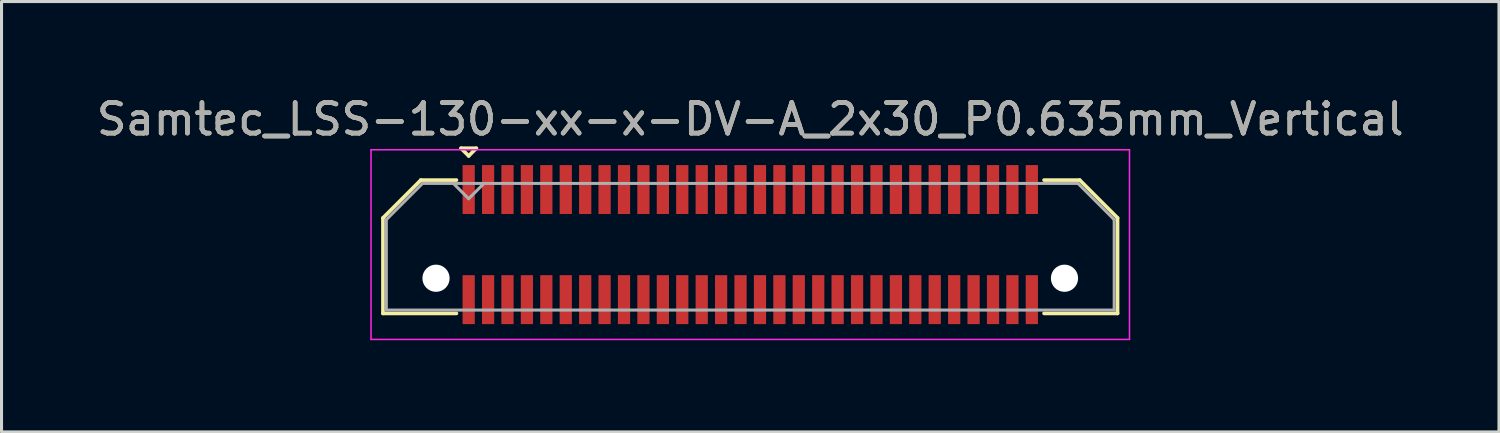
<source format=kicad_pcb>
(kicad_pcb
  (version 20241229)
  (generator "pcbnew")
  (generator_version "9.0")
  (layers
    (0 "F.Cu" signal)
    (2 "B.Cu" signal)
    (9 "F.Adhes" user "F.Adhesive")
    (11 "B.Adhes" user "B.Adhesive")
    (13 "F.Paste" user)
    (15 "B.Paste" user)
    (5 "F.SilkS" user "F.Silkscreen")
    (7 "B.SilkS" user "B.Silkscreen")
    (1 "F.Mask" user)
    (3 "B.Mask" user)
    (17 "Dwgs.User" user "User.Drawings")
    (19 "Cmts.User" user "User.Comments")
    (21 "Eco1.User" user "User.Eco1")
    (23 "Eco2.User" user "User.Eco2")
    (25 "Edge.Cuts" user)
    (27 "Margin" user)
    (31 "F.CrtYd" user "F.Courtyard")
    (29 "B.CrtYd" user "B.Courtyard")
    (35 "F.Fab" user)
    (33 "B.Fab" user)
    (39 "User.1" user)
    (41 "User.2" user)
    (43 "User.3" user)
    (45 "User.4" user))
  (footprint "Samtec_LSS-130-xx-x-DV-A_2x30_P0.635mm_Vertical"
    (layer "F.Cu")
    (at 21.482 4.948)
    (property "Reference" "Samtec_LSS-130-xx-x-DV-A_2x30_P0.635mm_Vertical" (at 0 -4.1 0) (layer "F.SilkS") (effects (font (size 1 1) (thickness 0.15))))
    (attr smd)
    (fp_line (start -12.01 -0.872) (end -12.01 2.25) (stroke (width 0.12) (type solid)) (layer "F.SilkS"))
    (fp_line (start -12.01 2.25) (end -9.607 2.25) (stroke (width 0.12) (type solid)) (layer "F.SilkS"))
    (fp_line (start -10.772 -2.11) (end -12.01 -0.872) (stroke (width 0.12) (type solid)) (layer "F.SilkS"))
    (fp_line (start -9.607 -2.11) (end -10.772 -2.11) (stroke (width 0.12) (type solid)) (layer "F.SilkS"))
    (fp_line (start -9.457 -3.15) (end -8.957 -3.15) (stroke (width 0.12) (type solid)) (layer "F.SilkS"))
    (fp_line (start -9.207 -2.9) (end -9.457 -3.15) (stroke (width 0.12) (type solid)) (layer "F.SilkS"))
    (fp_line (start -8.957 -3.15) (end -9.207 -2.9) (stroke (width 0.12) (type solid)) (layer "F.SilkS"))
    (fp_line (start 9.607 -2.11) (end 10.772 -2.11) (stroke (width 0.12) (type solid)) (layer "F.SilkS"))
    (fp_line (start 10.772 -2.11) (end 12.01 -0.872) (stroke (width 0.12) (type solid)) (layer "F.SilkS"))
    (fp_line (start 12.01 -0.872) (end 12.01 2.25) (stroke (width 0.12) (type solid)) (layer "F.SilkS"))
    (fp_line (start 12.01 2.25) (end 9.607 2.25) (stroke (width 0.12) (type solid)) (layer "F.SilkS"))
    (fp_line (start -12.4 -3.1) (end -12.4 3.1) (stroke (width 0.05) (type solid)) (layer "F.CrtYd"))
    (fp_line (start -12.4 3.1) (end 12.4 3.1) (stroke (width 0.05) (type solid)) (layer "F.CrtYd"))
    (fp_line (start 12.4 -3.1) (end -12.4 -3.1) (stroke (width 0.05) (type solid)) (layer "F.CrtYd"))
    (fp_line (start 12.4 3.1) (end 12.4 -3.1) (stroke (width 0.05) (type solid)) (layer "F.CrtYd"))
    (fp_line (start -11.9 -0.817) (end -11.9 2.14) (stroke (width 0.1) (type solid)) (layer "F.Fab"))
    (fp_line (start -11.9 2.14) (end 11.9 2.14) (stroke (width 0.1) (type solid)) (layer "F.Fab"))
    (fp_line (start -10.717 -2) (end -11.9 -0.817) (stroke (width 0.1) (type solid)) (layer "F.Fab"))
    (fp_line (start -9.207 -1.5) (end -9.707 -2) (stroke (width 0.1) (type solid)) (layer "F.Fab"))
    (fp_line (start -8.707 -2) (end -9.207 -1.5) (stroke (width 0.1) (type solid)) (layer "F.Fab"))
    (fp_line (start 10.717 -2) (end -10.717 -2) (stroke (width 0.1) (type solid)) (layer "F.Fab"))
    (fp_line (start 11.9 -0.817) (end 10.717 -2) (stroke (width 0.1) (type solid)) (layer "F.Fab"))
    (fp_line (start 11.9 2.14) (end 11.9 -0.817) (stroke (width 0.1) (type solid)) (layer "F.Fab"))
    (fp_text user "${REFERENCE}" (at 0 -4.1 0) (layer "F.Fab") (effects (font (size 1 1) (thickness 0.15))))
    (pad "" np_thru_hole circle (at -10.275 1.1) (size 0.89 0.89) (drill 0.89) (layers "*.Cu" "*.Mask"))
    (pad "" np_thru_hole circle (at 10.275 1.1) (size 0.89 0.89) (drill 0.89) (layers "*.Cu" "*.Mask"))
    (pad "1" smd rect (at -9.207 -1.8) (size 0.4 1.6) (layers "F.Cu" "F.Mask" "F.Paste"))
    (pad "2" smd rect (at -9.207 1.8) (size 0.4 1.6) (layers "F.Cu" "F.Mask" "F.Paste"))
    (pad "3" smd rect (at -8.572 -1.8) (size 0.4 1.6) (layers "F.Cu" "F.Mask" "F.Paste"))
    (pad "4" smd rect (at -8.572 1.8) (size 0.4 1.6) (layers "F.Cu" "F.Mask" "F.Paste"))
    (pad "5" smd rect (at -7.938 -1.8) (size 0.4 1.6) (layers "F.Cu" "F.Mask" "F.Paste"))
    (pad "6" smd rect (at -7.938 1.8) (size 0.4 1.6) (layers "F.Cu" "F.Mask" "F.Paste"))
    (pad "7" smd rect (at -7.303 -1.8) (size 0.4 1.6) (layers "F.Cu" "F.Mask" "F.Paste"))
    (pad "8" smd rect (at -7.303 1.8) (size 0.4 1.6) (layers "F.Cu" "F.Mask" "F.Paste"))
    (pad "9" smd rect (at -6.668 -1.8) (size 0.4 1.6) (layers "F.Cu" "F.Mask" "F.Paste"))
    (pad "10" smd rect (at -6.668 1.8) (size 0.4 1.6) (layers "F.Cu" "F.Mask" "F.Paste"))
    (pad "11" smd rect (at -6.032 -1.8) (size 0.4 1.6) (layers "F.Cu" "F.Mask" "F.Paste"))
    (pad "12" smd rect (at -6.032 1.8) (size 0.4 1.6) (layers "F.Cu" "F.Mask" "F.Paste"))
    (pad "13" smd rect (at -5.397 -1.8) (size 0.4 1.6) (layers "F.Cu" "F.Mask" "F.Paste"))
    (pad "14" smd rect (at -5.397 1.8) (size 0.4 1.6) (layers "F.Cu" "F.Mask" "F.Paste"))
    (pad "15" smd rect (at -4.763 -1.8) (size 0.4 1.6) (layers "F.Cu" "F.Mask" "F.Paste"))
    (pad "16" smd rect (at -4.763 1.8) (size 0.4 1.6) (layers "F.Cu" "F.Mask" "F.Paste"))
    (pad "17" smd rect (at -4.128 -1.8) (size 0.4 1.6) (layers "F.Cu" "F.Mask" "F.Paste"))
    (pad "18" smd rect (at -4.128 1.8) (size 0.4 1.6) (layers "F.Cu" "F.Mask" "F.Paste"))
    (pad "19" smd rect (at -3.493 -1.8) (size 0.4 1.6) (layers "F.Cu" "F.Mask" "F.Paste"))
    (pad "20" smd rect (at -3.493 1.8) (size 0.4 1.6) (layers "F.Cu" "F.Mask" "F.Paste"))
    (pad "21" smd rect (at -2.857 -1.8) (size 0.4 1.6) (layers "F.Cu" "F.Mask" "F.Paste"))
    (pad "22" smd rect (at -2.857 1.8) (size 0.4 1.6) (layers "F.Cu" "F.Mask" "F.Paste"))
    (pad "23" smd rect (at -2.223 -1.8) (size 0.4 1.6) (layers "F.Cu" "F.Mask" "F.Paste"))
    (pad "24" smd rect (at -2.223 1.8) (size 0.4 1.6) (layers "F.Cu" "F.Mask" "F.Paste"))
    (pad "25" smd rect (at -1.587 -1.8) (size 0.4 1.6) (layers "F.Cu" "F.Mask" "F.Paste"))
    (pad "26" smd rect (at -1.587 1.8) (size 0.4 1.6) (layers "F.Cu" "F.Mask" "F.Paste"))
    (pad "27" smd rect (at -0.953 -1.8) (size 0.4 1.6) (layers "F.Cu" "F.Mask" "F.Paste"))
    (pad "28" smd rect (at -0.953 1.8) (size 0.4 1.6) (layers "F.Cu" "F.Mask" "F.Paste"))
    (pad "29" smd rect (at -0.318 -1.8) (size 0.4 1.6) (layers "F.Cu" "F.Mask" "F.Paste"))
    (pad "30" smd rect (at -0.318 1.8) (size 0.4 1.6) (layers "F.Cu" "F.Mask" "F.Paste"))
    (pad "31" smd rect (at 0.318 -1.8) (size 0.4 1.6) (layers "F.Cu" "F.Mask" "F.Paste"))
    (pad "32" smd rect (at 0.318 1.8) (size 0.4 1.6) (layers "F.Cu" "F.Mask" "F.Paste"))
    (pad "33" smd rect (at 0.953 -1.8) (size 0.4 1.6) (layers "F.Cu" "F.Mask" "F.Paste"))
    (pad "34" smd rect (at 0.953 1.8) (size 0.4 1.6) (layers "F.Cu" "F.Mask" "F.Paste"))
    (pad "35" smd rect (at 1.587 -1.8) (size 0.4 1.6) (layers "F.Cu" "F.Mask" "F.Paste"))
    (pad "36" smd rect (at 1.587 1.8) (size 0.4 1.6) (layers "F.Cu" "F.Mask" "F.Paste"))
    (pad "37" smd rect (at 2.223 -1.8) (size 0.4 1.6) (layers "F.Cu" "F.Mask" "F.Paste"))
    (pad "38" smd rect (at 2.223 1.8) (size 0.4 1.6) (layers "F.Cu" "F.Mask" "F.Paste"))
    (pad "39" smd rect (at 2.857 -1.8) (size 0.4 1.6) (layers "F.Cu" "F.Mask" "F.Paste"))
    (pad "40" smd rect (at 2.857 1.8) (size 0.4 1.6) (layers "F.Cu" "F.Mask" "F.Paste"))
    (pad "41" smd rect (at 3.493 -1.8) (size 0.4 1.6) (layers "F.Cu" "F.Mask" "F.Paste"))
    (pad "42" smd rect (at 3.493 1.8) (size 0.4 1.6) (layers "F.Cu" "F.Mask" "F.Paste"))
    (pad "43" smd rect (at 4.128 -1.8) (size 0.4 1.6) (layers "F.Cu" "F.Mask" "F.Paste"))
    (pad "44" smd rect (at 4.128 1.8) (size 0.4 1.6) (layers "F.Cu" "F.Mask" "F.Paste"))
    (pad "45" smd rect (at 4.763 -1.8) (size 0.4 1.6) (layers "F.Cu" "F.Mask" "F.Paste"))
    (pad "46" smd rect (at 4.763 1.8) (size 0.4 1.6) (layers "F.Cu" "F.Mask" "F.Paste"))
    (pad "47" smd rect (at 5.397 -1.8) (size 0.4 1.6) (layers "F.Cu" "F.Mask" "F.Paste"))
    (pad "48" smd rect (at 5.397 1.8) (size 0.4 1.6) (layers "F.Cu" "F.Mask" "F.Paste"))
    (pad "49" smd rect (at 6.032 -1.8) (size 0.4 1.6) (layers "F.Cu" "F.Mask" "F.Paste"))
    (pad "50" smd rect (at 6.032 1.8) (size 0.4 1.6) (layers "F.Cu" "F.Mask" "F.Paste"))
    (pad "51" smd rect (at 6.668 -1.8) (size 0.4 1.6) (layers "F.Cu" "F.Mask" "F.Paste"))
    (pad "52" smd rect (at 6.668 1.8) (size 0.4 1.6) (layers "F.Cu" "F.Mask" "F.Paste"))
    (pad "53" smd rect (at 7.303 -1.8) (size 0.4 1.6) (layers "F.Cu" "F.Mask" "F.Paste"))
    (pad "54" smd rect (at 7.303 1.8) (size 0.4 1.6) (layers "F.Cu" "F.Mask" "F.Paste"))
    (pad "55" smd rect (at 7.938 -1.8) (size 0.4 1.6) (layers "F.Cu" "F.Mask" "F.Paste"))
    (pad "56" smd rect (at 7.938 1.8) (size 0.4 1.6) (layers "F.Cu" "F.Mask" "F.Paste"))
    (pad "57" smd rect (at 8.572 -1.8) (size 0.4 1.6) (layers "F.Cu" "F.Mask" "F.Paste"))
    (pad "58" smd rect (at 8.572 1.8) (size 0.4 1.6) (layers "F.Cu" "F.Mask" "F.Paste"))
    (pad "59" smd rect (at 9.207 -1.8) (size 0.4 1.6) (layers "F.Cu" "F.Mask" "F.Paste"))
    (pad "60" smd rect (at 9.207 1.8) (size 0.4 1.6) (layers "F.Cu" "F.Mask" "F.Paste")))
  (gr_rect
    (start -3 -3)
    (end 45.964 11.073)
    (stroke (width 0.1) (type default))
    (fill no)
    (layer "Edge.Cuts")))
</source>
